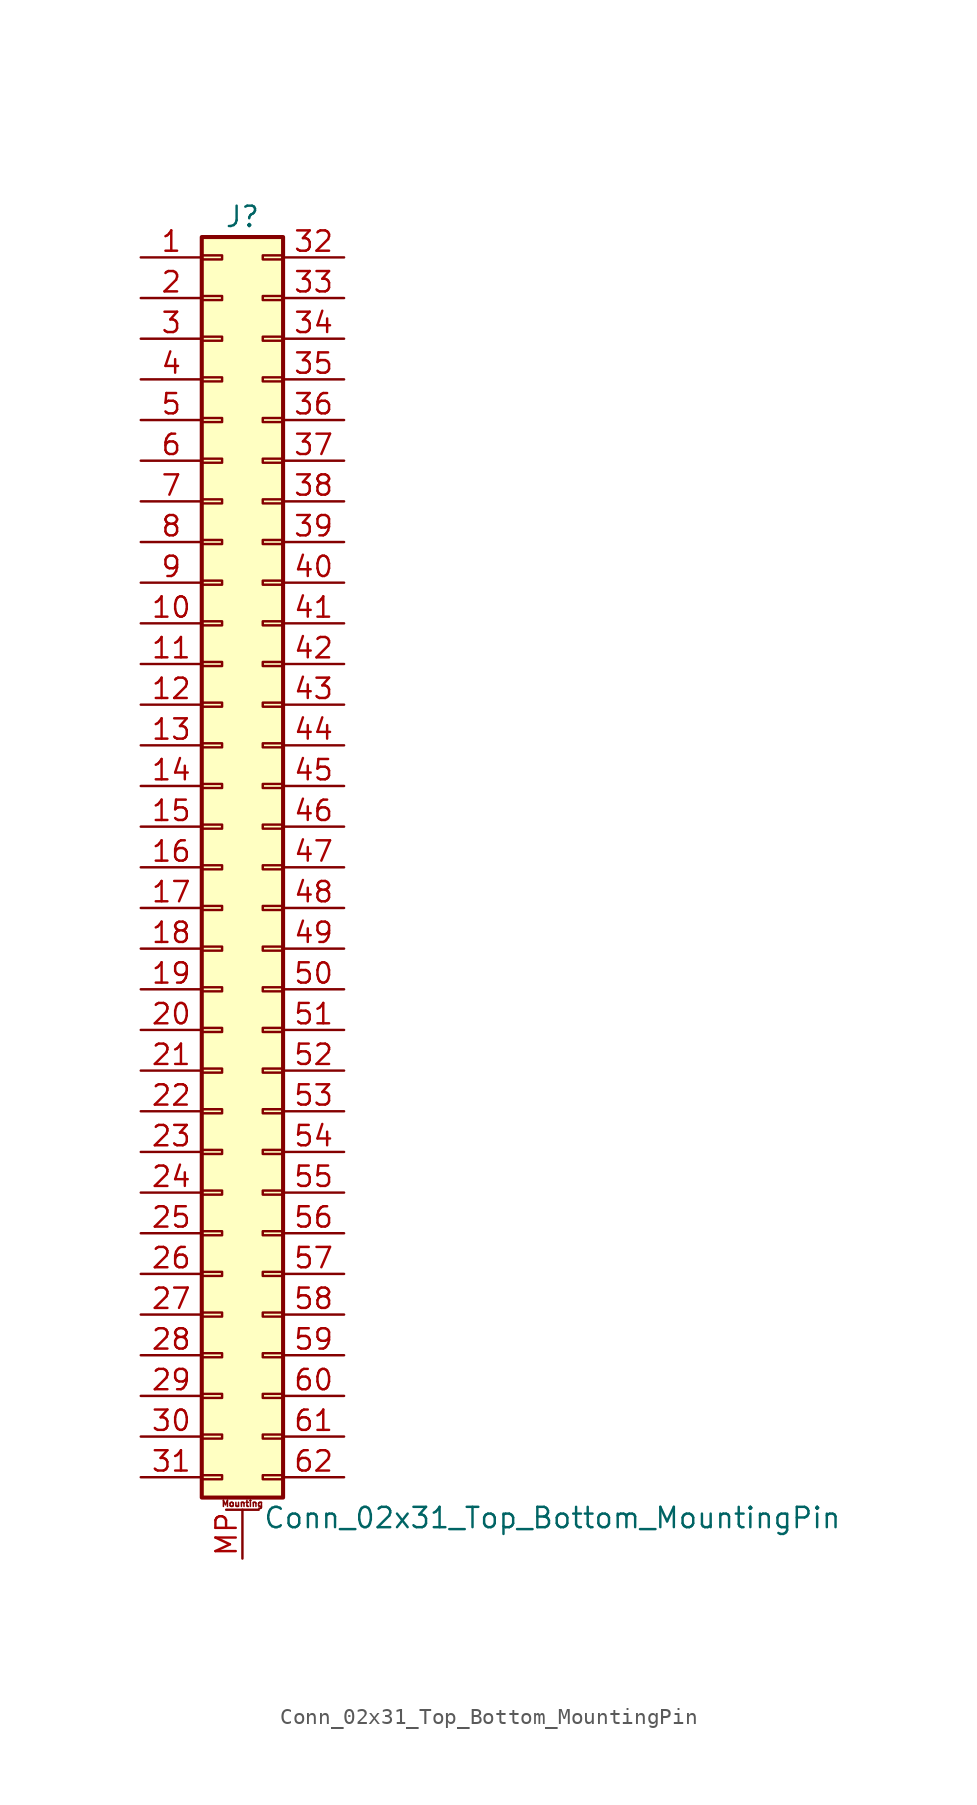
<source format=kicad_sym>
(kicad_symbol_lib
  (version 20220914)
  (generator kicad_symbol_editor)
  (symbol "Conn_02x31_Top_Bottom_MountingPin"
    (pin_names
      (offset 1.016) hide)
    (property "Reference" "J"
      (at 1.27 40.64 0)
      (effects (font (size 1.27 1.27))))
    (property "Value" "Conn_02x31_Top_Bottom_MountingPin"
      (at 2.54 -40.64 0)
      (effects (font (size 1.27 1.27)) (justify left)))
    (symbol "Conn_02x31_Top_Bottom_MountingPin_1_1"
      (rectangle (start -1.27 -37.973) (end 0 -38.227) (stroke (width 0.152) (type default)) (fill (type none)))
      (rectangle (start -1.27 -35.433) (end 0 -35.687) (stroke (width 0.152) (type default)) (fill (type none)))
      (rectangle (start -1.27 -32.893) (end 0 -33.147) (stroke (width 0.152) (type default)) (fill (type none)))
      (rectangle (start -1.27 -30.353) (end 0 -30.607) (stroke (width 0.152) (type default)) (fill (type none)))
      (rectangle (start -1.27 -27.813) (end 0 -28.067) (stroke (width 0.152) (type default)) (fill (type none)))
      (rectangle (start -1.27 -25.273) (end 0 -25.527) (stroke (width 0.152) (type default)) (fill (type none)))
      (rectangle (start -1.27 -22.733) (end 0 -22.987) (stroke (width 0.152) (type default)) (fill (type none)))
      (rectangle (start -1.27 -20.193) (end 0 -20.447) (stroke (width 0.152) (type default)) (fill (type none)))
      (rectangle (start -1.27 -17.653) (end 0 -17.907) (stroke (width 0.152) (type default)) (fill (type none)))
      (rectangle (start -1.27 -15.113) (end 0 -15.367) (stroke (width 0.152) (type default)) (fill (type none)))
      (rectangle (start -1.27 -12.573) (end 0 -12.827) (stroke (width 0.152) (type default)) (fill (type none)))
      (rectangle (start -1.27 -10.033) (end 0 -10.287) (stroke (width 0.152) (type default)) (fill (type none)))
      (rectangle (start -1.27 -7.493) (end 0 -7.747) (stroke (width 0.152) (type default)) (fill (type none)))
      (rectangle (start -1.27 -4.953) (end 0 -5.207) (stroke (width 0.152) (type default)) (fill (type none)))
      (rectangle (start -1.27 -2.413) (end 0 -2.667) (stroke (width 0.152) (type default)) (fill (type none)))
      (rectangle (start -1.27 0.127) (end 0 -0.127) (stroke (width 0.152) (type default)) (fill (type none)))
      (rectangle (start -1.27 2.667) (end 0 2.413) (stroke (width 0.152) (type default)) (fill (type none)))
      (rectangle (start -1.27 5.207) (end 0 4.953) (stroke (width 0.152) (type default)) (fill (type none)))
      (rectangle (start -1.27 7.747) (end 0 7.493) (stroke (width 0.152) (type default)) (fill (type none)))
      (rectangle (start -1.27 10.287) (end 0 10.033) (stroke (width 0.152) (type default)) (fill (type none)))
      (rectangle (start -1.27 12.827) (end 0 12.573) (stroke (width 0.152) (type default)) (fill (type none)))
      (rectangle (start -1.27 15.367) (end 0 15.113) (stroke (width 0.152) (type default)) (fill (type none)))
      (rectangle (start -1.27 17.907) (end 0 17.653) (stroke (width 0.152) (type default)) (fill (type none)))
      (rectangle (start -1.27 20.447) (end 0 20.193) (stroke (width 0.152) (type default)) (fill (type none)))
      (rectangle (start -1.27 22.987) (end 0 22.733) (stroke (width 0.152) (type default)) (fill (type none)))
      (rectangle (start -1.27 25.527) (end 0 25.273) (stroke (width 0.152) (type default)) (fill (type none)))
      (rectangle (start -1.27 28.067) (end 0 27.813) (stroke (width 0.152) (type default)) (fill (type none)))
      (rectangle (start -1.27 30.607) (end 0 30.353) (stroke (width 0.152) (type default)) (fill (type none)))
      (rectangle (start -1.27 33.147) (end 0 32.893) (stroke (width 0.152) (type default)) (fill (type none)))
      (rectangle (start -1.27 35.687) (end 0 35.433) (stroke (width 0.152) (type default)) (fill (type none)))
      (rectangle (start -1.27 38.227) (end 0 37.973) (stroke (width 0.152) (type default)) (fill (type none)))
      (rectangle (start -1.27 39.37) (end 3.81 -39.37) (stroke (width 0.254) (type default)) (fill (type background)))
      (polyline (pts (xy 0.254 -40.132) (xy 2.286 -40.132)) (stroke (width 0.152) (type default)) (fill (type none)))
      (rectangle (start 3.81 -37.973) (end 2.54 -38.227) (stroke (width 0.152) (type default)) (fill (type none)))
      (rectangle (start 3.81 -35.433) (end 2.54 -35.687) (stroke (width 0.152) (type default)) (fill (type none)))
      (rectangle (start 3.81 -32.893) (end 2.54 -33.147) (stroke (width 0.152) (type default)) (fill (type none)))
      (rectangle (start 3.81 -30.353) (end 2.54 -30.607) (stroke (width 0.152) (type default)) (fill (type none)))
      (rectangle (start 3.81 -27.813) (end 2.54 -28.067) (stroke (width 0.152) (type default)) (fill (type none)))
      (rectangle (start 3.81 -25.273) (end 2.54 -25.527) (stroke (width 0.152) (type default)) (fill (type none)))
      (rectangle (start 3.81 -22.733) (end 2.54 -22.987) (stroke (width 0.152) (type default)) (fill (type none)))
      (rectangle (start 3.81 -20.193) (end 2.54 -20.447) (stroke (width 0.152) (type default)) (fill (type none)))
      (rectangle (start 3.81 -17.653) (end 2.54 -17.907) (stroke (width 0.152) (type default)) (fill (type none)))
      (rectangle (start 3.81 -15.113) (end 2.54 -15.367) (stroke (width 0.152) (type default)) (fill (type none)))
      (rectangle (start 3.81 -12.573) (end 2.54 -12.827) (stroke (width 0.152) (type default)) (fill (type none)))
      (rectangle (start 3.81 -10.033) (end 2.54 -10.287) (stroke (width 0.152) (type default)) (fill (type none)))
      (rectangle (start 3.81 -7.493) (end 2.54 -7.747) (stroke (width 0.152) (type default)) (fill (type none)))
      (rectangle (start 3.81 -4.953) (end 2.54 -5.207) (stroke (width 0.152) (type default)) (fill (type none)))
      (rectangle (start 3.81 -2.413) (end 2.54 -2.667) (stroke (width 0.152) (type default)) (fill (type none)))
      (rectangle (start 3.81 0.127) (end 2.54 -0.127) (stroke (width 0.152) (type default)) (fill (type none)))
      (rectangle (start 3.81 2.667) (end 2.54 2.413) (stroke (width 0.152) (type default)) (fill (type none)))
      (rectangle (start 3.81 5.207) (end 2.54 4.953) (stroke (width 0.152) (type default)) (fill (type none)))
      (rectangle (start 3.81 7.747) (end 2.54 7.493) (stroke (width 0.152) (type default)) (fill (type none)))
      (rectangle (start 3.81 10.287) (end 2.54 10.033) (stroke (width 0.152) (type default)) (fill (type none)))
      (rectangle (start 3.81 12.827) (end 2.54 12.573) (stroke (width 0.152) (type default)) (fill (type none)))
      (rectangle (start 3.81 15.367) (end 2.54 15.113) (stroke (width 0.152) (type default)) (fill (type none)))
      (rectangle (start 3.81 17.907) (end 2.54 17.653) (stroke (width 0.152) (type default)) (fill (type none)))
      (rectangle (start 3.81 20.447) (end 2.54 20.193) (stroke (width 0.152) (type default)) (fill (type none)))
      (rectangle (start 3.81 22.987) (end 2.54 22.733) (stroke (width 0.152) (type default)) (fill (type none)))
      (rectangle (start 3.81 25.527) (end 2.54 25.273) (stroke (width 0.152) (type default)) (fill (type none)))
      (rectangle (start 3.81 28.067) (end 2.54 27.813) (stroke (width 0.152) (type default)) (fill (type none)))
      (rectangle (start 3.81 30.607) (end 2.54 30.353) (stroke (width 0.152) (type default)) (fill (type none)))
      (rectangle (start 3.81 33.147) (end 2.54 32.893) (stroke (width 0.152) (type default)) (fill (type none)))
      (rectangle (start 3.81 35.687) (end 2.54 35.433) (stroke (width 0.152) (type default)) (fill (type none)))
      (rectangle (start 3.81 38.227) (end 2.54 37.973) (stroke (width 0.152) (type default)) (fill (type none)))
      (text "Mounting" (at 1.27 -39.751 0) (effects (font (size 0.381 0.381))))
      (pin passive line (at -5.08 38.1 0) (length 3.81) (name "Pin_1" (effects (font (size 1.27 1.27)))) (number "1" (effects (font (size 1.27 1.27)))))
      (pin passive line (at -5.08 15.24 0) (length 3.81) (name "Pin_10" (effects (font (size 1.27 1.27)))) (number "10" (effects (font (size 1.27 1.27)))))
      (pin passive line (at -5.08 12.7 0) (length 3.81) (name "Pin_11" (effects (font (size 1.27 1.27)))) (number "11" (effects (font (size 1.27 1.27)))))
      (pin passive line (at -5.08 10.16 0) (length 3.81) (name "Pin_12" (effects (font (size 1.27 1.27)))) (number "12" (effects (font (size 1.27 1.27)))))
      (pin passive line (at -5.08 7.62 0) (length 3.81) (name "Pin_13" (effects (font (size 1.27 1.27)))) (number "13" (effects (font (size 1.27 1.27)))))
      (pin passive line (at -5.08 5.08 0) (length 3.81) (name "Pin_14" (effects (font (size 1.27 1.27)))) (number "14" (effects (font (size 1.27 1.27)))))
      (pin passive line (at -5.08 2.54 0) (length 3.81) (name "Pin_15" (effects (font (size 1.27 1.27)))) (number "15" (effects (font (size 1.27 1.27)))))
      (pin passive line (at -5.08 0 0) (length 3.81) (name "Pin_16" (effects (font (size 1.27 1.27)))) (number "16" (effects (font (size 1.27 1.27)))))
      (pin passive line (at -5.08 -2.54 0) (length 3.81) (name "Pin_17" (effects (font (size 1.27 1.27)))) (number "17" (effects (font (size 1.27 1.27)))))
      (pin passive line (at -5.08 -5.08 0) (length 3.81) (name "Pin_18" (effects (font (size 1.27 1.27)))) (number "18" (effects (font (size 1.27 1.27)))))
      (pin passive line (at -5.08 -7.62 0) (length 3.81) (name "Pin_19" (effects (font (size 1.27 1.27)))) (number "19" (effects (font (size 1.27 1.27)))))
      (pin passive line (at -5.08 35.56 0) (length 3.81) (name "Pin_2" (effects (font (size 1.27 1.27)))) (number "2" (effects (font (size 1.27 1.27)))))
      (pin passive line (at -5.08 -10.16 0) (length 3.81) (name "Pin_20" (effects (font (size 1.27 1.27)))) (number "20" (effects (font (size 1.27 1.27)))))
      (pin passive line (at -5.08 -12.7 0) (length 3.81) (name "Pin_21" (effects (font (size 1.27 1.27)))) (number "21" (effects (font (size 1.27 1.27)))))
      (pin passive line (at -5.08 -15.24 0) (length 3.81) (name "Pin_22" (effects (font (size 1.27 1.27)))) (number "22" (effects (font (size 1.27 1.27)))))
      (pin passive line (at -5.08 -17.78 0) (length 3.81) (name "Pin_23" (effects (font (size 1.27 1.27)))) (number "23" (effects (font (size 1.27 1.27)))))
      (pin passive line (at -5.08 -20.32 0) (length 3.81) (name "Pin_24" (effects (font (size 1.27 1.27)))) (number "24" (effects (font (size 1.27 1.27)))))
      (pin passive line (at -5.08 -22.86 0) (length 3.81) (name "Pin_25" (effects (font (size 1.27 1.27)))) (number "25" (effects (font (size 1.27 1.27)))))
      (pin passive line (at -5.08 -25.4 0) (length 3.81) (name "Pin_26" (effects (font (size 1.27 1.27)))) (number "26" (effects (font (size 1.27 1.27)))))
      (pin passive line (at -5.08 -27.94 0) (length 3.81) (name "Pin_27" (effects (font (size 1.27 1.27)))) (number "27" (effects (font (size 1.27 1.27)))))
      (pin passive line (at -5.08 -30.48 0) (length 3.81) (name "Pin_28" (effects (font (size 1.27 1.27)))) (number "28" (effects (font (size 1.27 1.27)))))
      (pin passive line (at -5.08 -33.02 0) (length 3.81) (name "Pin_29" (effects (font (size 1.27 1.27)))) (number "29" (effects (font (size 1.27 1.27)))))
      (pin passive line (at -5.08 33.02 0) (length 3.81) (name "Pin_3" (effects (font (size 1.27 1.27)))) (number "3" (effects (font (size 1.27 1.27)))))
      (pin passive line (at -5.08 -35.56 0) (length 3.81) (name "Pin_30" (effects (font (size 1.27 1.27)))) (number "30" (effects (font (size 1.27 1.27)))))
      (pin passive line (at -5.08 -38.1 0) (length 3.81) (name "Pin_31" (effects (font (size 1.27 1.27)))) (number "31" (effects (font (size 1.27 1.27)))))
      (pin passive line (at 7.62 38.1 180) (length 3.81) (name "Pin_32" (effects (font (size 1.27 1.27)))) (number "32" (effects (font (size 1.27 1.27)))))
      (pin passive line (at 7.62 35.56 180) (length 3.81) (name "Pin_33" (effects (font (size 1.27 1.27)))) (number "33" (effects (font (size 1.27 1.27)))))
      (pin passive line (at 7.62 33.02 180) (length 3.81) (name "Pin_34" (effects (font (size 1.27 1.27)))) (number "34" (effects (font (size 1.27 1.27)))))
      (pin passive line (at 7.62 30.48 180) (length 3.81) (name "Pin_35" (effects (font (size 1.27 1.27)))) (number "35" (effects (font (size 1.27 1.27)))))
      (pin passive line (at 7.62 27.94 180) (length 3.81) (name "Pin_36" (effects (font (size 1.27 1.27)))) (number "36" (effects (font (size 1.27 1.27)))))
      (pin passive line (at 7.62 25.4 180) (length 3.81) (name "Pin_37" (effects (font (size 1.27 1.27)))) (number "37" (effects (font (size 1.27 1.27)))))
      (pin passive line (at 7.62 22.86 180) (length 3.81) (name "Pin_38" (effects (font (size 1.27 1.27)))) (number "38" (effects (font (size 1.27 1.27)))))
      (pin passive line (at 7.62 20.32 180) (length 3.81) (name "Pin_39" (effects (font (size 1.27 1.27)))) (number "39" (effects (font (size 1.27 1.27)))))
      (pin passive line (at -5.08 30.48 0) (length 3.81) (name "Pin_4" (effects (font (size 1.27 1.27)))) (number "4" (effects (font (size 1.27 1.27)))))
      (pin passive line (at 7.62 17.78 180) (length 3.81) (name "Pin_40" (effects (font (size 1.27 1.27)))) (number "40" (effects (font (size 1.27 1.27)))))
      (pin passive line (at 7.62 15.24 180) (length 3.81) (name "Pin_41" (effects (font (size 1.27 1.27)))) (number "41" (effects (font (size 1.27 1.27)))))
      (pin passive line (at 7.62 12.7 180) (length 3.81) (name "Pin_42" (effects (font (size 1.27 1.27)))) (number "42" (effects (font (size 1.27 1.27)))))
      (pin passive line (at 7.62 10.16 180) (length 3.81) (name "Pin_43" (effects (font (size 1.27 1.27)))) (number "43" (effects (font (size 1.27 1.27)))))
      (pin passive line (at 7.62 7.62 180) (length 3.81) (name "Pin_44" (effects (font (size 1.27 1.27)))) (number "44" (effects (font (size 1.27 1.27)))))
      (pin passive line (at 7.62 5.08 180) (length 3.81) (name "Pin_45" (effects (font (size 1.27 1.27)))) (number "45" (effects (font (size 1.27 1.27)))))
      (pin passive line (at 7.62 2.54 180) (length 3.81) (name "Pin_46" (effects (font (size 1.27 1.27)))) (number "46" (effects (font (size 1.27 1.27)))))
      (pin passive line (at 7.62 0 180) (length 3.81) (name "Pin_47" (effects (font (size 1.27 1.27)))) (number "47" (effects (font (size 1.27 1.27)))))
      (pin passive line (at 7.62 -2.54 180) (length 3.81) (name "Pin_48" (effects (font (size 1.27 1.27)))) (number "48" (effects (font (size 1.27 1.27)))))
      (pin passive line (at 7.62 -5.08 180) (length 3.81) (name "Pin_49" (effects (font (size 1.27 1.27)))) (number "49" (effects (font (size 1.27 1.27)))))
      (pin passive line (at -5.08 27.94 0) (length 3.81) (name "Pin_5" (effects (font (size 1.27 1.27)))) (number "5" (effects (font (size 1.27 1.27)))))
      (pin passive line (at 7.62 -7.62 180) (length 3.81) (name "Pin_50" (effects (font (size 1.27 1.27)))) (number "50" (effects (font (size 1.27 1.27)))))
      (pin passive line (at 7.62 -10.16 180) (length 3.81) (name "Pin_51" (effects (font (size 1.27 1.27)))) (number "51" (effects (font (size 1.27 1.27)))))
      (pin passive line (at 7.62 -12.7 180) (length 3.81) (name "Pin_52" (effects (font (size 1.27 1.27)))) (number "52" (effects (font (size 1.27 1.27)))))
      (pin passive line (at 7.62 -15.24 180) (length 3.81) (name "Pin_53" (effects (font (size 1.27 1.27)))) (number "53" (effects (font (size 1.27 1.27)))))
      (pin passive line (at 7.62 -17.78 180) (length 3.81) (name "Pin_54" (effects (font (size 1.27 1.27)))) (number "54" (effects (font (size 1.27 1.27)))))
      (pin passive line (at 7.62 -20.32 180) (length 3.81) (name "Pin_55" (effects (font (size 1.27 1.27)))) (number "55" (effects (font (size 1.27 1.27)))))
      (pin passive line (at 7.62 -22.86 180) (length 3.81) (name "Pin_56" (effects (font (size 1.27 1.27)))) (number "56" (effects (font (size 1.27 1.27)))))
      (pin passive line (at 7.62 -25.4 180) (length 3.81) (name "Pin_57" (effects (font (size 1.27 1.27)))) (number "57" (effects (font (size 1.27 1.27)))))
      (pin passive line (at 7.62 -27.94 180) (length 3.81) (name "Pin_58" (effects (font (size 1.27 1.27)))) (number "58" (effects (font (size 1.27 1.27)))))
      (pin passive line (at 7.62 -30.48 180) (length 3.81) (name "Pin_59" (effects (font (size 1.27 1.27)))) (number "59" (effects (font (size 1.27 1.27)))))
      (pin passive line (at -5.08 25.4 0) (length 3.81) (name "Pin_6" (effects (font (size 1.27 1.27)))) (number "6" (effects (font (size 1.27 1.27)))))
      (pin passive line (at 7.62 -33.02 180) (length 3.81) (name "Pin_60" (effects (font (size 1.27 1.27)))) (number "60" (effects (font (size 1.27 1.27)))))
      (pin passive line (at 7.62 -35.56 180) (length 3.81) (name "Pin_61" (effects (font (size 1.27 1.27)))) (number "61" (effects (font (size 1.27 1.27)))))
      (pin passive line (at 7.62 -38.1 180) (length 3.81) (name "Pin_62" (effects (font (size 1.27 1.27)))) (number "62" (effects (font (size 1.27 1.27)))))
      (pin passive line (at -5.08 22.86 0) (length 3.81) (name "Pin_7" (effects (font (size 1.27 1.27)))) (number "7" (effects (font (size 1.27 1.27)))))
      (pin passive line (at -5.08 20.32 0) (length 3.81) (name "Pin_8" (effects (font (size 1.27 1.27)))) (number "8" (effects (font (size 1.27 1.27)))))
      (pin passive line (at -5.08 17.78 0) (length 3.81) (name "Pin_9" (effects (font (size 1.27 1.27)))) (number "9" (effects (font (size 1.27 1.27)))))
      (pin passive line (at 1.27 -43.18 90) (length 3.048) (name "MountPin" (effects (font (size 1.27 1.27)))) (number "MP" (effects (font (size 1.27 1.27))))))))
</source>
